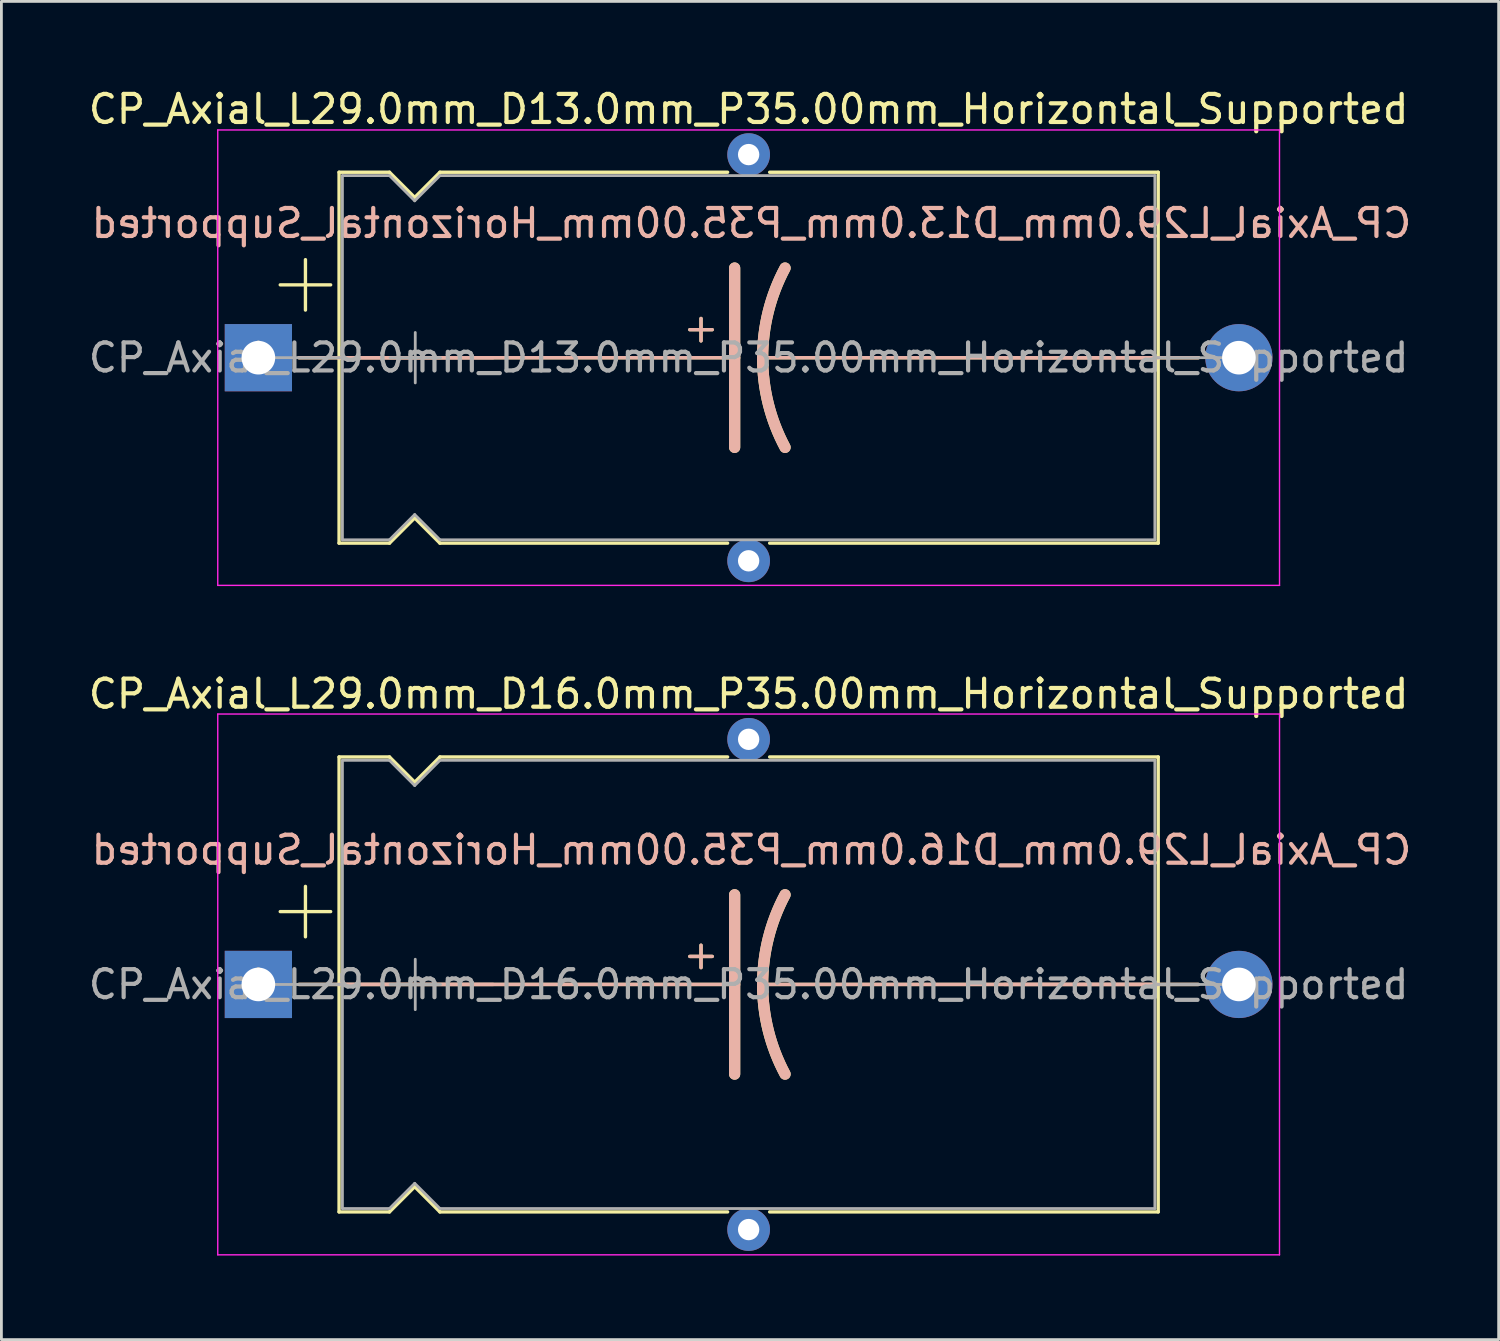
<source format=kicad_pcb>
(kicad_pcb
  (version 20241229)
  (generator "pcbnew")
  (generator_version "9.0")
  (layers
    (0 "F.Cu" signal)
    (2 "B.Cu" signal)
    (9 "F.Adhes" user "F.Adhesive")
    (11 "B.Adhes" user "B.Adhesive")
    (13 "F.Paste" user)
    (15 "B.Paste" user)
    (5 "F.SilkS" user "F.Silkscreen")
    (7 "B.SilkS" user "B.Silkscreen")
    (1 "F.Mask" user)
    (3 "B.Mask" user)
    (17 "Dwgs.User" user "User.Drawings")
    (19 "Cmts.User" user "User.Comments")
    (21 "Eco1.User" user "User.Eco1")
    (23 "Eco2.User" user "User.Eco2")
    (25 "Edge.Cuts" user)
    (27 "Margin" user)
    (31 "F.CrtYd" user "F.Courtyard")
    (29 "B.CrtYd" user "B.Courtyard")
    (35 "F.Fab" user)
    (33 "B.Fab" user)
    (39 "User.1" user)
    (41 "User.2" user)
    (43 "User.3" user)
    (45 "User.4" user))
  (footprint "CP_Axial_L29.0mm_D16.0mm_P35.00mm_Horizontal_Supported"
    (layer "F.Cu")
    (at 6.173 32.09)
    (property "Reference" "CP_Axial_L29.0mm_D16.0mm_P35.00mm_Horizontal_Supported" (at 17.5 -10.37 0) (layer "F.SilkS") (effects (font (size 1 1) (thickness 0.15))))
    (fp_line (start 0.78 -2.6) (end 2.58 -2.6) (stroke (width 0.12) (type solid)) (layer "F.SilkS"))
    (fp_line (start 1.44 0) (end 2.88 0) (stroke (width 0.12) (type solid)) (layer "F.SilkS"))
    (fp_line (start 1.68 -3.5) (end 1.68 -1.7) (stroke (width 0.12) (type solid)) (layer "F.SilkS"))
    (fp_line (start 2.88 -8.12) (end 2.88 8.12) (stroke (width 0.12) (type solid)) (layer "F.SilkS"))
    (fp_line (start 2.88 -8.12) (end 4.68 -8.12) (stroke (width 0.12) (type solid)) (layer "F.SilkS"))
    (fp_line (start 2.88 0) (end 17 0) (stroke (width 0.12) (type solid)) (layer "F.SilkS"))
    (fp_line (start 2.88 8.12) (end 4.68 8.12) (stroke (width 0.12) (type solid)) (layer "F.SilkS"))
    (fp_line (start 4.68 -8.12) (end 5.58 -7.22) (stroke (width 0.12) (type solid)) (layer "F.SilkS"))
    (fp_line (start 4.68 8.12) (end 5.58 7.22) (stroke (width 0.12) (type solid)) (layer "F.SilkS"))
    (fp_line (start 5.58 -7.22) (end 6.48 -8.12) (stroke (width 0.12) (type solid)) (layer "F.SilkS"))
    (fp_line (start 5.58 7.22) (end 6.48 8.12) (stroke (width 0.12) (type solid)) (layer "F.SilkS"))
    (fp_line (start 6.48 -8.12) (end 16.75 -8.12) (stroke (width 0.12) (type solid)) (layer "F.SilkS"))
    (fp_line (start 6.48 8.12) (end 16.75 8.12) (stroke (width 0.12) (type solid)) (layer "F.SilkS"))
    (fp_line (start 15.4 -1) (end 16.2 -1) (stroke (width 0.12) (type solid)) (layer "F.SilkS"))
    (fp_line (start 15.8 -1.4) (end 15.8 -0.6) (stroke (width 0.12) (type solid)) (layer "F.SilkS"))
    (fp_line (start 17 0) (end 17 -3.2) (stroke (width 0.4) (type solid)) (layer "F.SilkS"))
    (fp_line (start 17 0) (end 17 3.2) (stroke (width 0.4) (type solid)) (layer "F.SilkS"))
    (fp_line (start 18.25 -8.12) (end 32.12 -8.12) (stroke (width 0.12) (type solid)) (layer "F.SilkS"))
    (fp_line (start 18.25 8.12) (end 32.12 8.12) (stroke (width 0.12) (type solid)) (layer "F.SilkS"))
    (fp_line (start 32.12 -8.12) (end 32.12 8.12) (stroke (width 0.12) (type solid)) (layer "F.SilkS"))
    (fp_line (start 32.12 0) (end 18 0) (stroke (width 0.12) (type solid)) (layer "F.SilkS"))
    (fp_line (start 33.56 0) (end 32.12 0) (stroke (width 0.12) (type solid)) (layer "F.SilkS"))
    (fp_arc (start 18 0) (mid 18.203545 -1.649114) (end 18.8 -3.2) (stroke (width 0.4) (type solid)) (layer "F.SilkS"))
    (fp_arc (start 18.8 3.2) (mid 18.200704 1.649824) (end 18 0) (stroke (width 0.4) (type solid)) (layer "F.SilkS"))
    (fp_line (start 1.45 0) (end 8.38 0) (stroke (width 0.12) (type solid)) (layer "B.SilkS"))
    (fp_line (start 2.88 0) (end 17 0) (stroke (width 0.12) (type solid)) (layer "B.SilkS"))
    (fp_line (start 15.4 -1) (end 16.2 -1) (stroke (width 0.12) (type solid)) (layer "B.SilkS"))
    (fp_line (start 15.8 -0.6) (end 15.8 -1.4) (stroke (width 0.12) (type solid)) (layer "B.SilkS"))
    (fp_line (start 17 0) (end 17 -3.2) (stroke (width 0.4) (type solid)) (layer "B.SilkS"))
    (fp_line (start 17 0) (end 17 3.2) (stroke (width 0.4) (type solid)) (layer "B.SilkS"))
    (fp_line (start 32.12 0) (end 18 0) (stroke (width 0.12) (type solid)) (layer "B.SilkS"))
    (fp_line (start 33.55 0) (end 26.62 0) (stroke (width 0.12) (type solid)) (layer "B.SilkS"))
    (fp_arc (start 18 0) (mid 18.200703 -1.649824) (end 18.8 -3.2) (stroke (width 0.4) (type solid)) (layer "B.SilkS"))
    (fp_arc (start 18.8 3.2) (mid 18.203544 1.649114) (end 18 0) (stroke (width 0.4) (type solid)) (layer "B.SilkS"))
    (fp_line (start -1.45 -9.652) (end -1.45 9.652) (stroke (width 0.05) (type solid)) (layer "F.CrtYd"))
    (fp_line (start -1.45 9.652) (end 36.45 9.652) (stroke (width 0.05) (type solid)) (layer "F.CrtYd"))
    (fp_line (start 36.449 9.652) (end 36.45 -9.652) (stroke (width 0.05) (type solid)) (layer "F.CrtYd"))
    (fp_line (start 36.45 -9.652) (end -1.45 -9.652) (stroke (width 0.05) (type solid)) (layer "F.CrtYd"))
    (fp_line (start 0 0) (end 3 0) (stroke (width 0.1) (type solid)) (layer "F.Fab"))
    (fp_line (start 3 -8) (end 3 8) (stroke (width 0.1) (type solid)) (layer "F.Fab"))
    (fp_line (start 3 -8) (end 4.68 -8) (stroke (width 0.1) (type solid)) (layer "F.Fab"))
    (fp_line (start 3 8) (end 4.68 8) (stroke (width 0.1) (type solid)) (layer "F.Fab"))
    (fp_line (start 4.68 -8) (end 5.58 -7.1) (stroke (width 0.1) (type solid)) (layer "F.Fab"))
    (fp_line (start 4.68 8) (end 5.58 7.1) (stroke (width 0.1) (type solid)) (layer "F.Fab"))
    (fp_line (start 4.7 0) (end 6.5 0) (stroke (width 0.1) (type solid)) (layer "F.Fab"))
    (fp_line (start 5.58 -7.1) (end 6.48 -8) (stroke (width 0.1) (type solid)) (layer "F.Fab"))
    (fp_line (start 5.58 7.1) (end 6.48 8) (stroke (width 0.1) (type solid)) (layer "F.Fab"))
    (fp_line (start 5.6 -0.9) (end 5.6 0.9) (stroke (width 0.1) (type solid)) (layer "F.Fab"))
    (fp_line (start 6.48 -8) (end 32 -8) (stroke (width 0.1) (type solid)) (layer "F.Fab"))
    (fp_line (start 6.48 8) (end 32 8) (stroke (width 0.1) (type solid)) (layer "F.Fab"))
    (fp_line (start 32 -8) (end 32 8) (stroke (width 0.1) (type solid)) (layer "F.Fab"))
    (fp_line (start 35 0) (end 32 0) (stroke (width 0.1) (type solid)) (layer "F.Fab"))
    (fp_text user "${REFERENCE}" (at 17.6 -4.8 0) (layer "B.SilkS") (effects (font (size 1 1) (thickness 0.15)) (justify mirror)))
    (fp_text user "${REFERENCE}" (at 17.5 0 0) (layer "F.Fab") (effects (font (size 1 1) (thickness 0.15))))
    (pad "" thru_hole circle (at 17.5 -8.75) (size 1.524 1.524) (drill 0.762) (layers "*.Cu" "*.Mask"))
    (pad "" thru_hole circle (at 17.5 8.75) (size 1.524 1.524) (drill 0.762) (layers "*.Cu" "*.Mask"))
    (pad "1" thru_hole rect (at 0 0) (size 2.4 2.4) (drill 1.2) (layers "*.Cu" "*.Mask"))
    (pad "2" thru_hole oval (at 35 0) (size 2.4 2.4) (drill 1.2) (layers "*.Cu" "*.Mask")))
  (footprint "CP_Axial_L29.0mm_D13.0mm_P35.00mm_Horizontal_Supported"
    (layer "F.Cu")
    (at 6.173 9.718)
    (property "Reference" "CP_Axial_L29.0mm_D13.0mm_P35.00mm_Horizontal_Supported" (at 17.5 -8.87 0) (layer "F.SilkS") (effects (font (size 1 1) (thickness 0.15))))
    (fp_line (start 0.78 -2.6) (end 2.58 -2.6) (stroke (width 0.12) (type solid)) (layer "F.SilkS"))
    (fp_line (start 1.44 0) (end 2.88 0) (stroke (width 0.12) (type solid)) (layer "F.SilkS"))
    (fp_line (start 1.68 -3.5) (end 1.68 -1.7) (stroke (width 0.12) (type solid)) (layer "F.SilkS"))
    (fp_line (start 2.88 -6.62) (end 2.88 6.62) (stroke (width 0.12) (type solid)) (layer "F.SilkS"))
    (fp_line (start 2.88 -6.62) (end 4.68 -6.62) (stroke (width 0.12) (type solid)) (layer "F.SilkS"))
    (fp_line (start 2.88 0) (end 17 0) (stroke (width 0.12) (type solid)) (layer "F.SilkS"))
    (fp_line (start 2.88 6.62) (end 4.68 6.62) (stroke (width 0.12) (type solid)) (layer "F.SilkS"))
    (fp_line (start 4.68 -6.62) (end 5.58 -5.72) (stroke (width 0.12) (type solid)) (layer "F.SilkS"))
    (fp_line (start 4.68 6.62) (end 5.58 5.72) (stroke (width 0.12) (type solid)) (layer "F.SilkS"))
    (fp_line (start 5.58 -5.72) (end 6.48 -6.62) (stroke (width 0.12) (type solid)) (layer "F.SilkS"))
    (fp_line (start 5.58 5.72) (end 6.48 6.62) (stroke (width 0.12) (type solid)) (layer "F.SilkS"))
    (fp_line (start 6.48 -6.62) (end 16.75 -6.62) (stroke (width 0.12) (type solid)) (layer "F.SilkS"))
    (fp_line (start 6.48 6.62) (end 16.75 6.62) (stroke (width 0.12) (type solid)) (layer "F.SilkS"))
    (fp_line (start 15.4 -1) (end 16.2 -1) (stroke (width 0.12) (type solid)) (layer "F.SilkS"))
    (fp_line (start 15.8 -1.4) (end 15.8 -0.6) (stroke (width 0.12) (type solid)) (layer "F.SilkS"))
    (fp_line (start 17 0) (end 17 -3.2) (stroke (width 0.4) (type solid)) (layer "F.SilkS"))
    (fp_line (start 17 0) (end 17 3.2) (stroke (width 0.4) (type solid)) (layer "F.SilkS"))
    (fp_line (start 18.25 -6.62) (end 32.12 -6.62) (stroke (width 0.12) (type solid)) (layer "F.SilkS"))
    (fp_line (start 18.25 6.62) (end 32.12 6.62) (stroke (width 0.12) (type solid)) (layer "F.SilkS"))
    (fp_line (start 32.12 -6.62) (end 32.12 6.62) (stroke (width 0.12) (type solid)) (layer "F.SilkS"))
    (fp_line (start 32.12 0) (end 18 0) (stroke (width 0.12) (type solid)) (layer "F.SilkS"))
    (fp_line (start 33.56 0) (end 32.12 0) (stroke (width 0.12) (type solid)) (layer "F.SilkS"))
    (fp_arc (start 18 0) (mid 18.203545 -1.649114) (end 18.8 -3.2) (stroke (width 0.4) (type solid)) (layer "F.SilkS"))
    (fp_arc (start 18.8 3.2) (mid 18.200704 1.649824) (end 18 0) (stroke (width 0.4) (type solid)) (layer "F.SilkS"))
    (fp_line (start 1.45 0) (end 8.38 0) (stroke (width 0.12) (type solid)) (layer "B.SilkS"))
    (fp_line (start 2.88 0) (end 17 0) (stroke (width 0.12) (type solid)) (layer "B.SilkS"))
    (fp_line (start 15.4 -1) (end 16.2 -1) (stroke (width 0.12) (type solid)) (layer "B.SilkS"))
    (fp_line (start 15.8 -0.6) (end 15.8 -1.4) (stroke (width 0.12) (type solid)) (layer "B.SilkS"))
    (fp_line (start 17 0) (end 17 -3.2) (stroke (width 0.4) (type solid)) (layer "B.SilkS"))
    (fp_line (start 17 0) (end 17 3.2) (stroke (width 0.4) (type solid)) (layer "B.SilkS"))
    (fp_line (start 32.12 0) (end 18 0) (stroke (width 0.12) (type solid)) (layer "B.SilkS"))
    (fp_line (start 33.55 0) (end 26.62 0) (stroke (width 0.12) (type solid)) (layer "B.SilkS"))
    (fp_arc (start 18 0) (mid 18.200703 -1.649824) (end 18.8 -3.2) (stroke (width 0.4) (type solid)) (layer "B.SilkS"))
    (fp_arc (start 18.8 3.2) (mid 18.203544 1.649114) (end 18 0) (stroke (width 0.4) (type solid)) (layer "B.SilkS"))
    (fp_line (start -1.45 -8.128) (end -1.45 8.128) (stroke (width 0.05) (type solid)) (layer "F.CrtYd"))
    (fp_line (start -1.45 8.128) (end 36.45 8.128) (stroke (width 0.05) (type solid)) (layer "F.CrtYd"))
    (fp_line (start 36.45 -8.128) (end -1.45 -8.128) (stroke (width 0.05) (type solid)) (layer "F.CrtYd"))
    (fp_line (start 36.45 8.128) (end 36.449 -8.128) (stroke (width 0.05) (type solid)) (layer "F.CrtYd"))
    (fp_line (start 0 0) (end 3 0) (stroke (width 0.1) (type solid)) (layer "F.Fab"))
    (fp_line (start 3 -6.5) (end 3 6.5) (stroke (width 0.1) (type solid)) (layer "F.Fab"))
    (fp_line (start 3 -6.5) (end 4.68 -6.5) (stroke (width 0.1) (type solid)) (layer "F.Fab"))
    (fp_line (start 3 6.5) (end 4.68 6.5) (stroke (width 0.1) (type solid)) (layer "F.Fab"))
    (fp_line (start 4.68 -6.5) (end 5.58 -5.6) (stroke (width 0.1) (type solid)) (layer "F.Fab"))
    (fp_line (start 4.68 6.5) (end 5.58 5.6) (stroke (width 0.1) (type solid)) (layer "F.Fab"))
    (fp_line (start 4.7 0) (end 6.5 0) (stroke (width 0.1) (type solid)) (layer "F.Fab"))
    (fp_line (start 5.58 -5.6) (end 6.48 -6.5) (stroke (width 0.1) (type solid)) (layer "F.Fab"))
    (fp_line (start 5.58 5.6) (end 6.48 6.5) (stroke (width 0.1) (type solid)) (layer "F.Fab"))
    (fp_line (start 5.6 -0.9) (end 5.6 0.9) (stroke (width 0.1) (type solid)) (layer "F.Fab"))
    (fp_line (start 6.48 -6.5) (end 32 -6.5) (stroke (width 0.1) (type solid)) (layer "F.Fab"))
    (fp_line (start 6.48 6.5) (end 32 6.5) (stroke (width 0.1) (type solid)) (layer "F.Fab"))
    (fp_line (start 32 -6.5) (end 32 6.5) (stroke (width 0.1) (type solid)) (layer "F.Fab"))
    (fp_line (start 35 0) (end 32 0) (stroke (width 0.1) (type solid)) (layer "F.Fab"))
    (fp_text user "${REFERENCE}" (at 17.6 -4.8 0) (layer "B.SilkS") (effects (font (size 1 1) (thickness 0.15)) (justify mirror)))
    (fp_text user "${REFERENCE}" (at 17.5 0 0) (layer "F.Fab") (effects (font (size 1 1) (thickness 0.15))))
    (pad "" thru_hole circle (at 17.5 -7.25) (size 1.524 1.524) (drill 0.762) (layers "*.Cu" "*.Mask"))
    (pad "" thru_hole circle (at 17.5 7.25) (size 1.524 1.524) (drill 0.762) (layers "*.Cu" "*.Mask"))
    (pad "1" thru_hole rect (at 0 0) (size 2.4 2.4) (drill 1.2) (layers "*.Cu" "*.Mask"))
    (pad "2" thru_hole oval (at 35 0) (size 2.4 2.4) (drill 1.2) (layers "*.Cu" "*.Mask")))
  (gr_rect
    (start -3 -3)
    (end 50.445 44.767)
    (stroke (width 0.1) (type default))
    (fill no)
    (layer "Edge.Cuts")))
</source>
